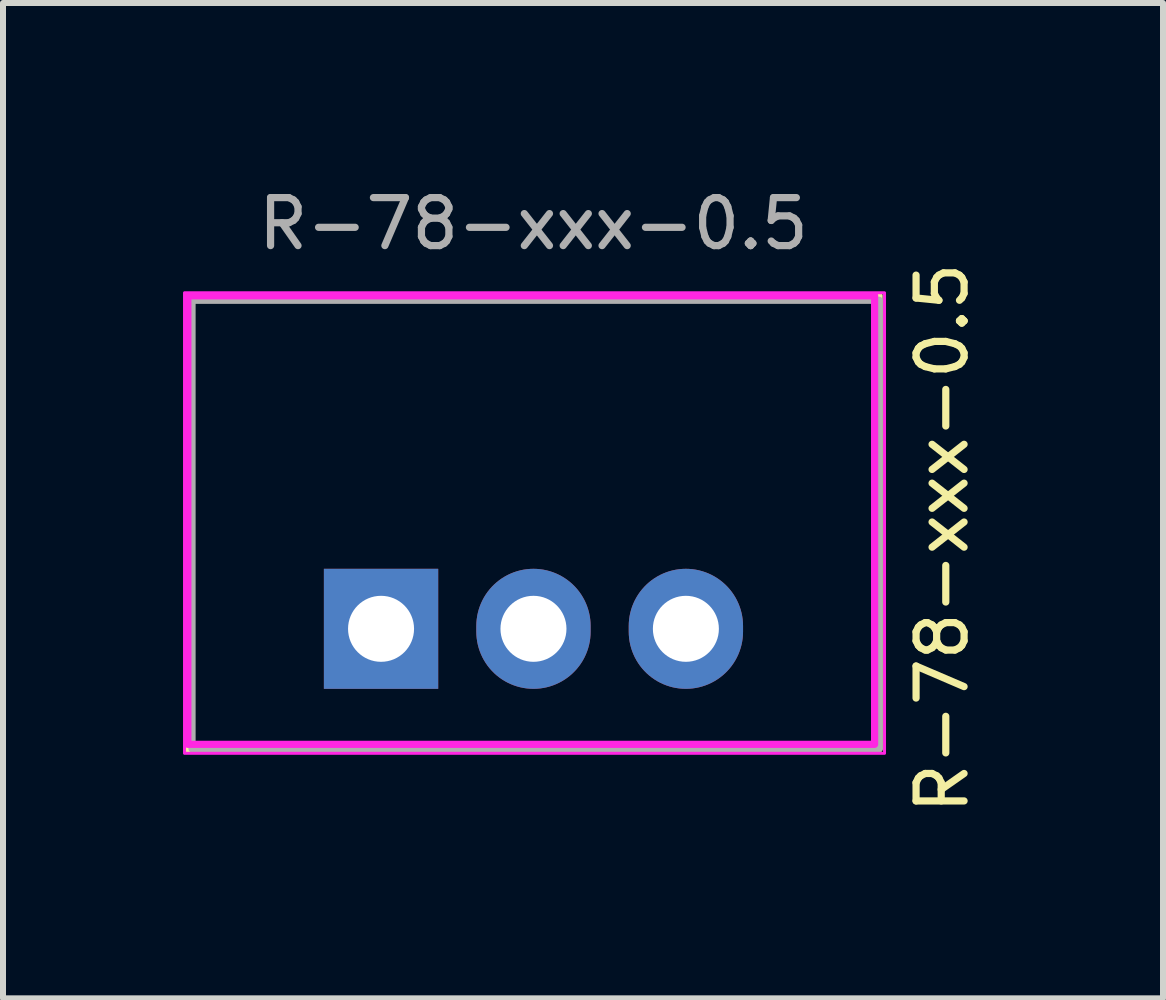
<source format=kicad_pcb>
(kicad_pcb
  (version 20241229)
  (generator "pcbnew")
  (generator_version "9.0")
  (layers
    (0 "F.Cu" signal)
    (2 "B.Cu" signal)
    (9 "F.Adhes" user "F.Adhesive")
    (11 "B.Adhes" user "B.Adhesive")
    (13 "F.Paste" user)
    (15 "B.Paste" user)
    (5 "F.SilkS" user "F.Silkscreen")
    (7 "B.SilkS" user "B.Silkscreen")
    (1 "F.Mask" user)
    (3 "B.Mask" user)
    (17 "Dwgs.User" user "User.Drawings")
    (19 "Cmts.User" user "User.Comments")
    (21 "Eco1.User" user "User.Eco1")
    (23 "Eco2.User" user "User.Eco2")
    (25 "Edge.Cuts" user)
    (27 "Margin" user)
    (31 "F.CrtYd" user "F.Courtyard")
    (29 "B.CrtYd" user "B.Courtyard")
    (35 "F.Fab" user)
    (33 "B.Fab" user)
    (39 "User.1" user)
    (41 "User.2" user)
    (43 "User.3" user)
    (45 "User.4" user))
  (footprint "R-78-xxx-0.5"
    (layer "F.Cu")
    (at 3.3 7.429)
    (property "Reference" "R-78-xxx-0.5" (at 9.352 -1.513 90) (layer "F.SilkS") (effects (font (size 0.8 0.8) (thickness 0.12))))
    (attr through_hole)
    (fp_rect (start 8.3 -5.55) (end -3.22 2) (stroke (width 0.12) (type solid)) (fill no) (layer "F.SilkS"))
    (fp_rect (start 8.225 -5.55) (end -3.22 1.925) (stroke (width 0.12) (type solid)) (fill no) (layer "F.CrtYd"))
    (fp_rect (start 8.39 -5.6) (end -3.275 2.075) (stroke (width 0.05) (type solid)) (fill no) (layer "F.CrtYd"))
    (fp_rect (start 8.3 -5.475) (end -3.15 2) (stroke (width 0.12) (type solid)) (fill no) (layer "F.Fab"))
    (fp_text user "${REFERENCE}" (at 2.54 -6.75 180) (layer "F.Fab") (effects (font (size 0.8 0.8) (thickness 0.12))))
    (pad "1" thru_hole rect (at 0 0) (size 1.905 2) (drill 1.1) (layers "*.Cu" "*.Mask"))
    (pad "2" thru_hole oval (at 2.54 0) (size 1.905 2) (drill 1.1) (layers "*.Cu" "*.Mask"))
    (pad "3" thru_hole oval (at 5.08 0) (size 1.905 2) (drill 1.1) (layers "*.Cu" "*.Mask")))
  (gr_rect
    (start -3 -3)
    (end 16.331 13.587)
    (stroke (width 0.1) (type default))
    (fill no)
    (layer "Edge.Cuts")))
</source>
